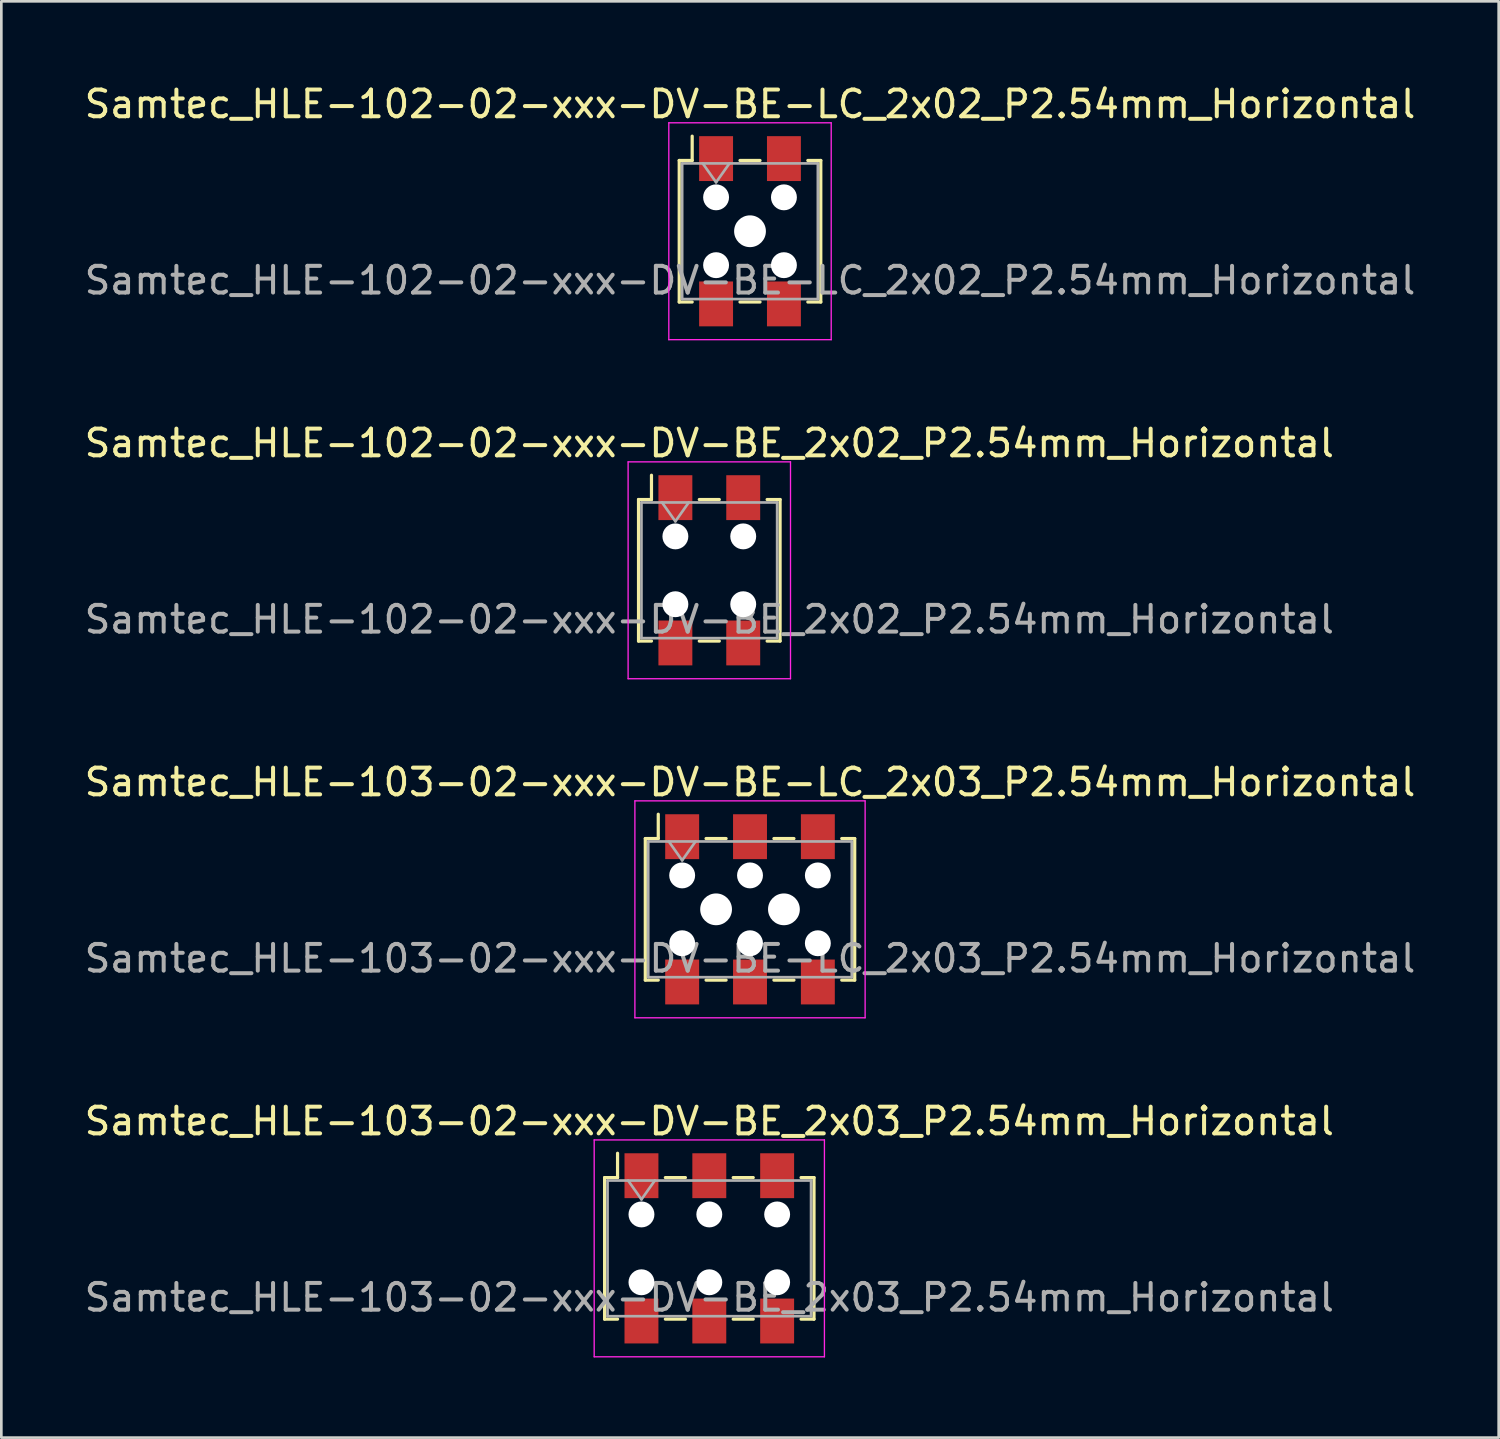
<source format=kicad_pcb>
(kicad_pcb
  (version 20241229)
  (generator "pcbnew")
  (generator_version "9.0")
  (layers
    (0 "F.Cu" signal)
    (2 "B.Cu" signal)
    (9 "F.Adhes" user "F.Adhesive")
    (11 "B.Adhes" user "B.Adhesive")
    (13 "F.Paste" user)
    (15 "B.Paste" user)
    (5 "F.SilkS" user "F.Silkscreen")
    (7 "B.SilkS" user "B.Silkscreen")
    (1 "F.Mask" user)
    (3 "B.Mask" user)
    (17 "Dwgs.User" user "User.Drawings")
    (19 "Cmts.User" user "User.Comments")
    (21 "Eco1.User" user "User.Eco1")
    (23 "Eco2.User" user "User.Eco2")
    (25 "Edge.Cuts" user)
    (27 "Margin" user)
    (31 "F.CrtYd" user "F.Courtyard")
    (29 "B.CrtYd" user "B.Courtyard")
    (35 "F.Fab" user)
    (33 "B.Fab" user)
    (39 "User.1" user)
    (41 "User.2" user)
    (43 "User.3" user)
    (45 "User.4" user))
  (footprint "Samtec_HLE-103-02-xxx-DV-BE_2x03_P2.54mm_Horizontal"
    (layer "F.Cu")
    (at 23.506 43.688)
    (property "Reference" "Samtec_HLE-103-02-xxx-DV-BE_2x03_P2.54mm_Horizontal" (at 0 -4.76 0) (layer "F.SilkS") (effects (font (size 1 1) (thickness 0.15))))
    (attr smd)
    (fp_line (start -3.92 -2.65) (end -3.92 2.65) (stroke (width 0.12) (type solid)) (layer "F.SilkS"))
    (fp_line (start -3.92 2.65) (end -3.435 2.65) (stroke (width 0.12) (type solid)) (layer "F.SilkS"))
    (fp_line (start -3.435 -3.56) (end -3.435 -2.65) (stroke (width 0.12) (type solid)) (layer "F.SilkS"))
    (fp_line (start -3.435 -2.65) (end -3.92 -2.65) (stroke (width 0.12) (type solid)) (layer "F.SilkS"))
    (fp_line (start -1.645 -2.65) (end -0.895 -2.65) (stroke (width 0.12) (type solid)) (layer "F.SilkS"))
    (fp_line (start -1.645 2.65) (end -0.895 2.65) (stroke (width 0.12) (type solid)) (layer "F.SilkS"))
    (fp_line (start 0.895 -2.65) (end 1.645 -2.65) (stroke (width 0.12) (type solid)) (layer "F.SilkS"))
    (fp_line (start 0.895 2.65) (end 1.645 2.65) (stroke (width 0.12) (type solid)) (layer "F.SilkS"))
    (fp_line (start 3.435 -2.65) (end 3.92 -2.65) (stroke (width 0.12) (type solid)) (layer "F.SilkS"))
    (fp_line (start 3.92 -2.65) (end 3.92 2.65) (stroke (width 0.12) (type solid)) (layer "F.SilkS"))
    (fp_line (start 3.92 2.65) (end 3.435 2.65) (stroke (width 0.12) (type solid)) (layer "F.SilkS"))
    (fp_line (start -4.31 -4.06) (end 4.31 -4.06) (stroke (width 0.05) (type solid)) (layer "F.CrtYd"))
    (fp_line (start -4.31 4.06) (end -4.31 -4.06) (stroke (width 0.05) (type solid)) (layer "F.CrtYd"))
    (fp_line (start 4.31 -4.06) (end 4.31 4.06) (stroke (width 0.05) (type solid)) (layer "F.CrtYd"))
    (fp_line (start 4.31 4.06) (end -4.31 4.06) (stroke (width 0.05) (type solid)) (layer "F.CrtYd"))
    (fp_line (start -3.81 -2.54) (end 3.81 -2.54) (stroke (width 0.1) (type solid)) (layer "F.Fab"))
    (fp_line (start -3.81 2.54) (end -3.81 -2.54) (stroke (width 0.1) (type solid)) (layer "F.Fab"))
    (fp_line (start -3.04 -2.54) (end -2.54 -1.833) (stroke (width 0.1) (type solid)) (layer "F.Fab"))
    (fp_line (start -2.54 -1.833) (end -2.04 -2.54) (stroke (width 0.1) (type solid)) (layer "F.Fab"))
    (fp_line (start 3.81 -2.54) (end 3.81 2.54) (stroke (width 0.1) (type solid)) (layer "F.Fab"))
    (fp_line (start 3.81 2.54) (end -3.81 2.54) (stroke (width 0.1) (type solid)) (layer "F.Fab"))
    (fp_text user "${REFERENCE}" (at 0 1.84 0) (layer "F.Fab") (effects (font (size 1 1) (thickness 0.15))))
    (pad "" np_thru_hole circle (at -2.54 -1.27) (size 0.97 0.97) (drill 0.97) (layers "*.Cu" "*.Mask"))
    (pad "" np_thru_hole circle (at -2.54 1.27) (size 0.97 0.97) (drill 0.97) (layers "*.Cu" "*.Mask"))
    (pad "" np_thru_hole circle (at 0 -1.27) (size 0.97 0.97) (drill 0.97) (layers "*.Cu" "*.Mask"))
    (pad "" np_thru_hole circle (at 0 1.27) (size 0.97 0.97) (drill 0.97) (layers "*.Cu" "*.Mask"))
    (pad "" np_thru_hole circle (at 2.54 -1.27) (size 0.97 0.97) (drill 0.97) (layers "*.Cu" "*.Mask"))
    (pad "" np_thru_hole circle (at 2.54 1.27) (size 0.97 0.97) (drill 0.97) (layers "*.Cu" "*.Mask"))
    (pad "1" smd rect (at -2.54 -2.72) (size 1.27 1.68) (layers "F.Cu" "F.Mask" "F.Paste"))
    (pad "2" smd rect (at -2.54 2.72) (size 1.27 1.68) (layers "F.Cu" "F.Mask" "F.Paste"))
    (pad "3" smd rect (at 0 -2.72) (size 1.27 1.68) (layers "F.Cu" "F.Mask" "F.Paste"))
    (pad "4" smd rect (at 0 2.72) (size 1.27 1.68) (layers "F.Cu" "F.Mask" "F.Paste"))
    (pad "5" smd rect (at 2.54 -2.72) (size 1.27 1.68) (layers "F.Cu" "F.Mask" "F.Paste"))
    (pad "6" smd rect (at 2.54 2.72) (size 1.27 1.68) (layers "F.Cu" "F.Mask" "F.Paste")))
  (footprint "Samtec_HLE-102-02-xxx-DV-BE_2x02_P2.54mm_Horizontal"
    (layer "F.Cu")
    (at 23.506 18.302)
    (property "Reference" "Samtec_HLE-102-02-xxx-DV-BE_2x02_P2.54mm_Horizontal" (at 0 -4.76 0) (layer "F.SilkS") (effects (font (size 1 1) (thickness 0.15))))
    (attr smd)
    (fp_line (start -2.65 -2.65) (end -2.65 2.65) (stroke (width 0.12) (type solid)) (layer "F.SilkS"))
    (fp_line (start -2.65 2.65) (end -2.165 2.65) (stroke (width 0.12) (type solid)) (layer "F.SilkS"))
    (fp_line (start -2.165 -3.56) (end -2.165 -2.65) (stroke (width 0.12) (type solid)) (layer "F.SilkS"))
    (fp_line (start -2.165 -2.65) (end -2.65 -2.65) (stroke (width 0.12) (type solid)) (layer "F.SilkS"))
    (fp_line (start -0.375 -2.65) (end 0.375 -2.65) (stroke (width 0.12) (type solid)) (layer "F.SilkS"))
    (fp_line (start -0.375 2.65) (end 0.375 2.65) (stroke (width 0.12) (type solid)) (layer "F.SilkS"))
    (fp_line (start 2.165 -2.65) (end 2.65 -2.65) (stroke (width 0.12) (type solid)) (layer "F.SilkS"))
    (fp_line (start 2.65 -2.65) (end 2.65 2.65) (stroke (width 0.12) (type solid)) (layer "F.SilkS"))
    (fp_line (start 2.65 2.65) (end 2.165 2.65) (stroke (width 0.12) (type solid)) (layer "F.SilkS"))
    (fp_line (start -3.04 -4.06) (end 3.04 -4.06) (stroke (width 0.05) (type solid)) (layer "F.CrtYd"))
    (fp_line (start -3.04 4.06) (end -3.04 -4.06) (stroke (width 0.05) (type solid)) (layer "F.CrtYd"))
    (fp_line (start 3.04 -4.06) (end 3.04 4.06) (stroke (width 0.05) (type solid)) (layer "F.CrtYd"))
    (fp_line (start 3.04 4.06) (end -3.04 4.06) (stroke (width 0.05) (type solid)) (layer "F.CrtYd"))
    (fp_line (start -2.54 -2.54) (end 2.54 -2.54) (stroke (width 0.1) (type solid)) (layer "F.Fab"))
    (fp_line (start -2.54 2.54) (end -2.54 -2.54) (stroke (width 0.1) (type solid)) (layer "F.Fab"))
    (fp_line (start -1.77 -2.54) (end -1.27 -1.833) (stroke (width 0.1) (type solid)) (layer "F.Fab"))
    (fp_line (start -1.27 -1.833) (end -0.77 -2.54) (stroke (width 0.1) (type solid)) (layer "F.Fab"))
    (fp_line (start 2.54 -2.54) (end 2.54 2.54) (stroke (width 0.1) (type solid)) (layer "F.Fab"))
    (fp_line (start 2.54 2.54) (end -2.54 2.54) (stroke (width 0.1) (type solid)) (layer "F.Fab"))
    (fp_text user "${REFERENCE}" (at 0 1.84 0) (layer "F.Fab") (effects (font (size 1 1) (thickness 0.15))))
    (pad "" np_thru_hole circle (at -1.27 -1.27) (size 0.97 0.97) (drill 0.97) (layers "*.Cu" "*.Mask"))
    (pad "" np_thru_hole circle (at -1.27 1.27) (size 0.97 0.97) (drill 0.97) (layers "*.Cu" "*.Mask"))
    (pad "" np_thru_hole circle (at 1.27 -1.27) (size 0.97 0.97) (drill 0.97) (layers "*.Cu" "*.Mask"))
    (pad "" np_thru_hole circle (at 1.27 1.27) (size 0.97 0.97) (drill 0.97) (layers "*.Cu" "*.Mask"))
    (pad "1" smd rect (at -1.27 -2.72) (size 1.27 1.68) (layers "F.Cu" "F.Mask" "F.Paste"))
    (pad "2" smd rect (at -1.27 2.72) (size 1.27 1.68) (layers "F.Cu" "F.Mask" "F.Paste"))
    (pad "3" smd rect (at 1.27 -2.72) (size 1.27 1.68) (layers "F.Cu" "F.Mask" "F.Paste"))
    (pad "4" smd rect (at 1.27 2.72) (size 1.27 1.68) (layers "F.Cu" "F.Mask" "F.Paste")))
  (footprint "Samtec_HLE-102-02-xxx-DV-BE-LC_2x02_P2.54mm_Horizontal"
    (layer "F.Cu")
    (at 25.03 5.608)
    (property "Reference" "Samtec_HLE-102-02-xxx-DV-BE-LC_2x02_P2.54mm_Horizontal" (at 0 -4.76 0) (layer "F.SilkS") (effects (font (size 1 1) (thickness 0.15))))
    (attr smd)
    (fp_line (start -2.65 -2.65) (end -2.65 2.65) (stroke (width 0.12) (type solid)) (layer "F.SilkS"))
    (fp_line (start -2.65 2.65) (end -2.165 2.65) (stroke (width 0.12) (type solid)) (layer "F.SilkS"))
    (fp_line (start -2.165 -3.56) (end -2.165 -2.65) (stroke (width 0.12) (type solid)) (layer "F.SilkS"))
    (fp_line (start -2.165 -2.65) (end -2.65 -2.65) (stroke (width 0.12) (type solid)) (layer "F.SilkS"))
    (fp_line (start -0.375 -2.65) (end 0.375 -2.65) (stroke (width 0.12) (type solid)) (layer "F.SilkS"))
    (fp_line (start -0.375 2.65) (end 0.375 2.65) (stroke (width 0.12) (type solid)) (layer "F.SilkS"))
    (fp_line (start 2.165 -2.65) (end 2.65 -2.65) (stroke (width 0.12) (type solid)) (layer "F.SilkS"))
    (fp_line (start 2.65 -2.65) (end 2.65 2.65) (stroke (width 0.12) (type solid)) (layer "F.SilkS"))
    (fp_line (start 2.65 2.65) (end 2.165 2.65) (stroke (width 0.12) (type solid)) (layer "F.SilkS"))
    (fp_line (start -3.04 -4.06) (end 3.04 -4.06) (stroke (width 0.05) (type solid)) (layer "F.CrtYd"))
    (fp_line (start -3.04 4.06) (end -3.04 -4.06) (stroke (width 0.05) (type solid)) (layer "F.CrtYd"))
    (fp_line (start 3.04 -4.06) (end 3.04 4.06) (stroke (width 0.05) (type solid)) (layer "F.CrtYd"))
    (fp_line (start 3.04 4.06) (end -3.04 4.06) (stroke (width 0.05) (type solid)) (layer "F.CrtYd"))
    (fp_line (start -2.54 -2.54) (end 2.54 -2.54) (stroke (width 0.1) (type solid)) (layer "F.Fab"))
    (fp_line (start -2.54 2.54) (end -2.54 -2.54) (stroke (width 0.1) (type solid)) (layer "F.Fab"))
    (fp_line (start -1.77 -2.54) (end -1.27 -1.833) (stroke (width 0.1) (type solid)) (layer "F.Fab"))
    (fp_line (start -1.27 -1.833) (end -0.77 -2.54) (stroke (width 0.1) (type solid)) (layer "F.Fab"))
    (fp_line (start 2.54 -2.54) (end 2.54 2.54) (stroke (width 0.1) (type solid)) (layer "F.Fab"))
    (fp_line (start 2.54 2.54) (end -2.54 2.54) (stroke (width 0.1) (type solid)) (layer "F.Fab"))
    (fp_text user "${REFERENCE}" (at 0 1.84 0) (layer "F.Fab") (effects (font (size 1 1) (thickness 0.15))))
    (pad "" np_thru_hole circle (at -1.27 -1.27) (size 0.97 0.97) (drill 0.97) (layers "*.Cu" "*.Mask"))
    (pad "" np_thru_hole circle (at -1.27 1.27) (size 0.97 0.97) (drill 0.97) (layers "*.Cu" "*.Mask"))
    (pad "" np_thru_hole circle (at 0 0) (size 1.19 1.19) (drill 1.19) (layers "*.Cu" "*.Mask"))
    (pad "" np_thru_hole circle (at 1.27 -1.27) (size 0.97 0.97) (drill 0.97) (layers "*.Cu" "*.Mask"))
    (pad "" np_thru_hole circle (at 1.27 1.27) (size 0.97 0.97) (drill 0.97) (layers "*.Cu" "*.Mask"))
    (pad "1" smd rect (at -1.27 -2.72) (size 1.27 1.68) (layers "F.Cu" "F.Mask" "F.Paste"))
    (pad "2" smd rect (at -1.27 2.72) (size 1.27 1.68) (layers "F.Cu" "F.Mask" "F.Paste"))
    (pad "3" smd rect (at 1.27 -2.72) (size 1.27 1.68) (layers "F.Cu" "F.Mask" "F.Paste"))
    (pad "4" smd rect (at 1.27 2.72) (size 1.27 1.68) (layers "F.Cu" "F.Mask" "F.Paste")))
  (footprint "Samtec_HLE-103-02-xxx-DV-BE-LC_2x03_P2.54mm_Horizontal"
    (layer "F.Cu")
    (at 25.03 30.995)
    (property "Reference" "Samtec_HLE-103-02-xxx-DV-BE-LC_2x03_P2.54mm_Horizontal" (at 0 -4.76 0) (layer "F.SilkS") (effects (font (size 1 1) (thickness 0.15))))
    (attr smd)
    (fp_line (start -3.92 -2.65) (end -3.92 2.65) (stroke (width 0.12) (type solid)) (layer "F.SilkS"))
    (fp_line (start -3.92 2.65) (end -3.435 2.65) (stroke (width 0.12) (type solid)) (layer "F.SilkS"))
    (fp_line (start -3.435 -3.56) (end -3.435 -2.65) (stroke (width 0.12) (type solid)) (layer "F.SilkS"))
    (fp_line (start -3.435 -2.65) (end -3.92 -2.65) (stroke (width 0.12) (type solid)) (layer "F.SilkS"))
    (fp_line (start -1.645 -2.65) (end -0.895 -2.65) (stroke (width 0.12) (type solid)) (layer "F.SilkS"))
    (fp_line (start -1.645 2.65) (end -0.895 2.65) (stroke (width 0.12) (type solid)) (layer "F.SilkS"))
    (fp_line (start 0.895 -2.65) (end 1.645 -2.65) (stroke (width 0.12) (type solid)) (layer "F.SilkS"))
    (fp_line (start 0.895 2.65) (end 1.645 2.65) (stroke (width 0.12) (type solid)) (layer "F.SilkS"))
    (fp_line (start 3.435 -2.65) (end 3.92 -2.65) (stroke (width 0.12) (type solid)) (layer "F.SilkS"))
    (fp_line (start 3.92 -2.65) (end 3.92 2.65) (stroke (width 0.12) (type solid)) (layer "F.SilkS"))
    (fp_line (start 3.92 2.65) (end 3.435 2.65) (stroke (width 0.12) (type solid)) (layer "F.SilkS"))
    (fp_line (start -4.31 -4.06) (end 4.31 -4.06) (stroke (width 0.05) (type solid)) (layer "F.CrtYd"))
    (fp_line (start -4.31 4.06) (end -4.31 -4.06) (stroke (width 0.05) (type solid)) (layer "F.CrtYd"))
    (fp_line (start 4.31 -4.06) (end 4.31 4.06) (stroke (width 0.05) (type solid)) (layer "F.CrtYd"))
    (fp_line (start 4.31 4.06) (end -4.31 4.06) (stroke (width 0.05) (type solid)) (layer "F.CrtYd"))
    (fp_line (start -3.81 -2.54) (end 3.81 -2.54) (stroke (width 0.1) (type solid)) (layer "F.Fab"))
    (fp_line (start -3.81 2.54) (end -3.81 -2.54) (stroke (width 0.1) (type solid)) (layer "F.Fab"))
    (fp_line (start -3.04 -2.54) (end -2.54 -1.833) (stroke (width 0.1) (type solid)) (layer "F.Fab"))
    (fp_line (start -2.54 -1.833) (end -2.04 -2.54) (stroke (width 0.1) (type solid)) (layer "F.Fab"))
    (fp_line (start 3.81 -2.54) (end 3.81 2.54) (stroke (width 0.1) (type solid)) (layer "F.Fab"))
    (fp_line (start 3.81 2.54) (end -3.81 2.54) (stroke (width 0.1) (type solid)) (layer "F.Fab"))
    (fp_text user "${REFERENCE}" (at 0 1.84 0) (layer "F.Fab") (effects (font (size 1 1) (thickness 0.15))))
    (pad "" np_thru_hole circle (at -2.54 -1.27) (size 0.97 0.97) (drill 0.97) (layers "*.Cu" "*.Mask"))
    (pad "" np_thru_hole circle (at -2.54 1.27) (size 0.97 0.97) (drill 0.97) (layers "*.Cu" "*.Mask"))
    (pad "" np_thru_hole circle (at -1.27 0) (size 1.19 1.19) (drill 1.19) (layers "*.Cu" "*.Mask"))
    (pad "" np_thru_hole circle (at 0 -1.27) (size 0.97 0.97) (drill 0.97) (layers "*.Cu" "*.Mask"))
    (pad "" np_thru_hole circle (at 0 1.27) (size 0.97 0.97) (drill 0.97) (layers "*.Cu" "*.Mask"))
    (pad "" np_thru_hole circle (at 1.27 0) (size 1.19 1.19) (drill 1.19) (layers "*.Cu" "*.Mask"))
    (pad "" np_thru_hole circle (at 2.54 -1.27) (size 0.97 0.97) (drill 0.97) (layers "*.Cu" "*.Mask"))
    (pad "" np_thru_hole circle (at 2.54 1.27) (size 0.97 0.97) (drill 0.97) (layers "*.Cu" "*.Mask"))
    (pad "1" smd rect (at -2.54 -2.72) (size 1.27 1.68) (layers "F.Cu" "F.Mask" "F.Paste"))
    (pad "2" smd rect (at -2.54 2.72) (size 1.27 1.68) (layers "F.Cu" "F.Mask" "F.Paste"))
    (pad "3" smd rect (at 0 -2.72) (size 1.27 1.68) (layers "F.Cu" "F.Mask" "F.Paste"))
    (pad "4" smd rect (at 0 2.72) (size 1.27 1.68) (layers "F.Cu" "F.Mask" "F.Paste"))
    (pad "5" smd rect (at 2.54 -2.72) (size 1.27 1.68) (layers "F.Cu" "F.Mask" "F.Paste"))
    (pad "6" smd rect (at 2.54 2.72) (size 1.27 1.68) (layers "F.Cu" "F.Mask" "F.Paste")))
  (gr_rect
    (start -3 -3)
    (end 53.06 50.773)
    (stroke (width 0.1) (type default))
    (fill no)
    (layer "Edge.Cuts")))
</source>
